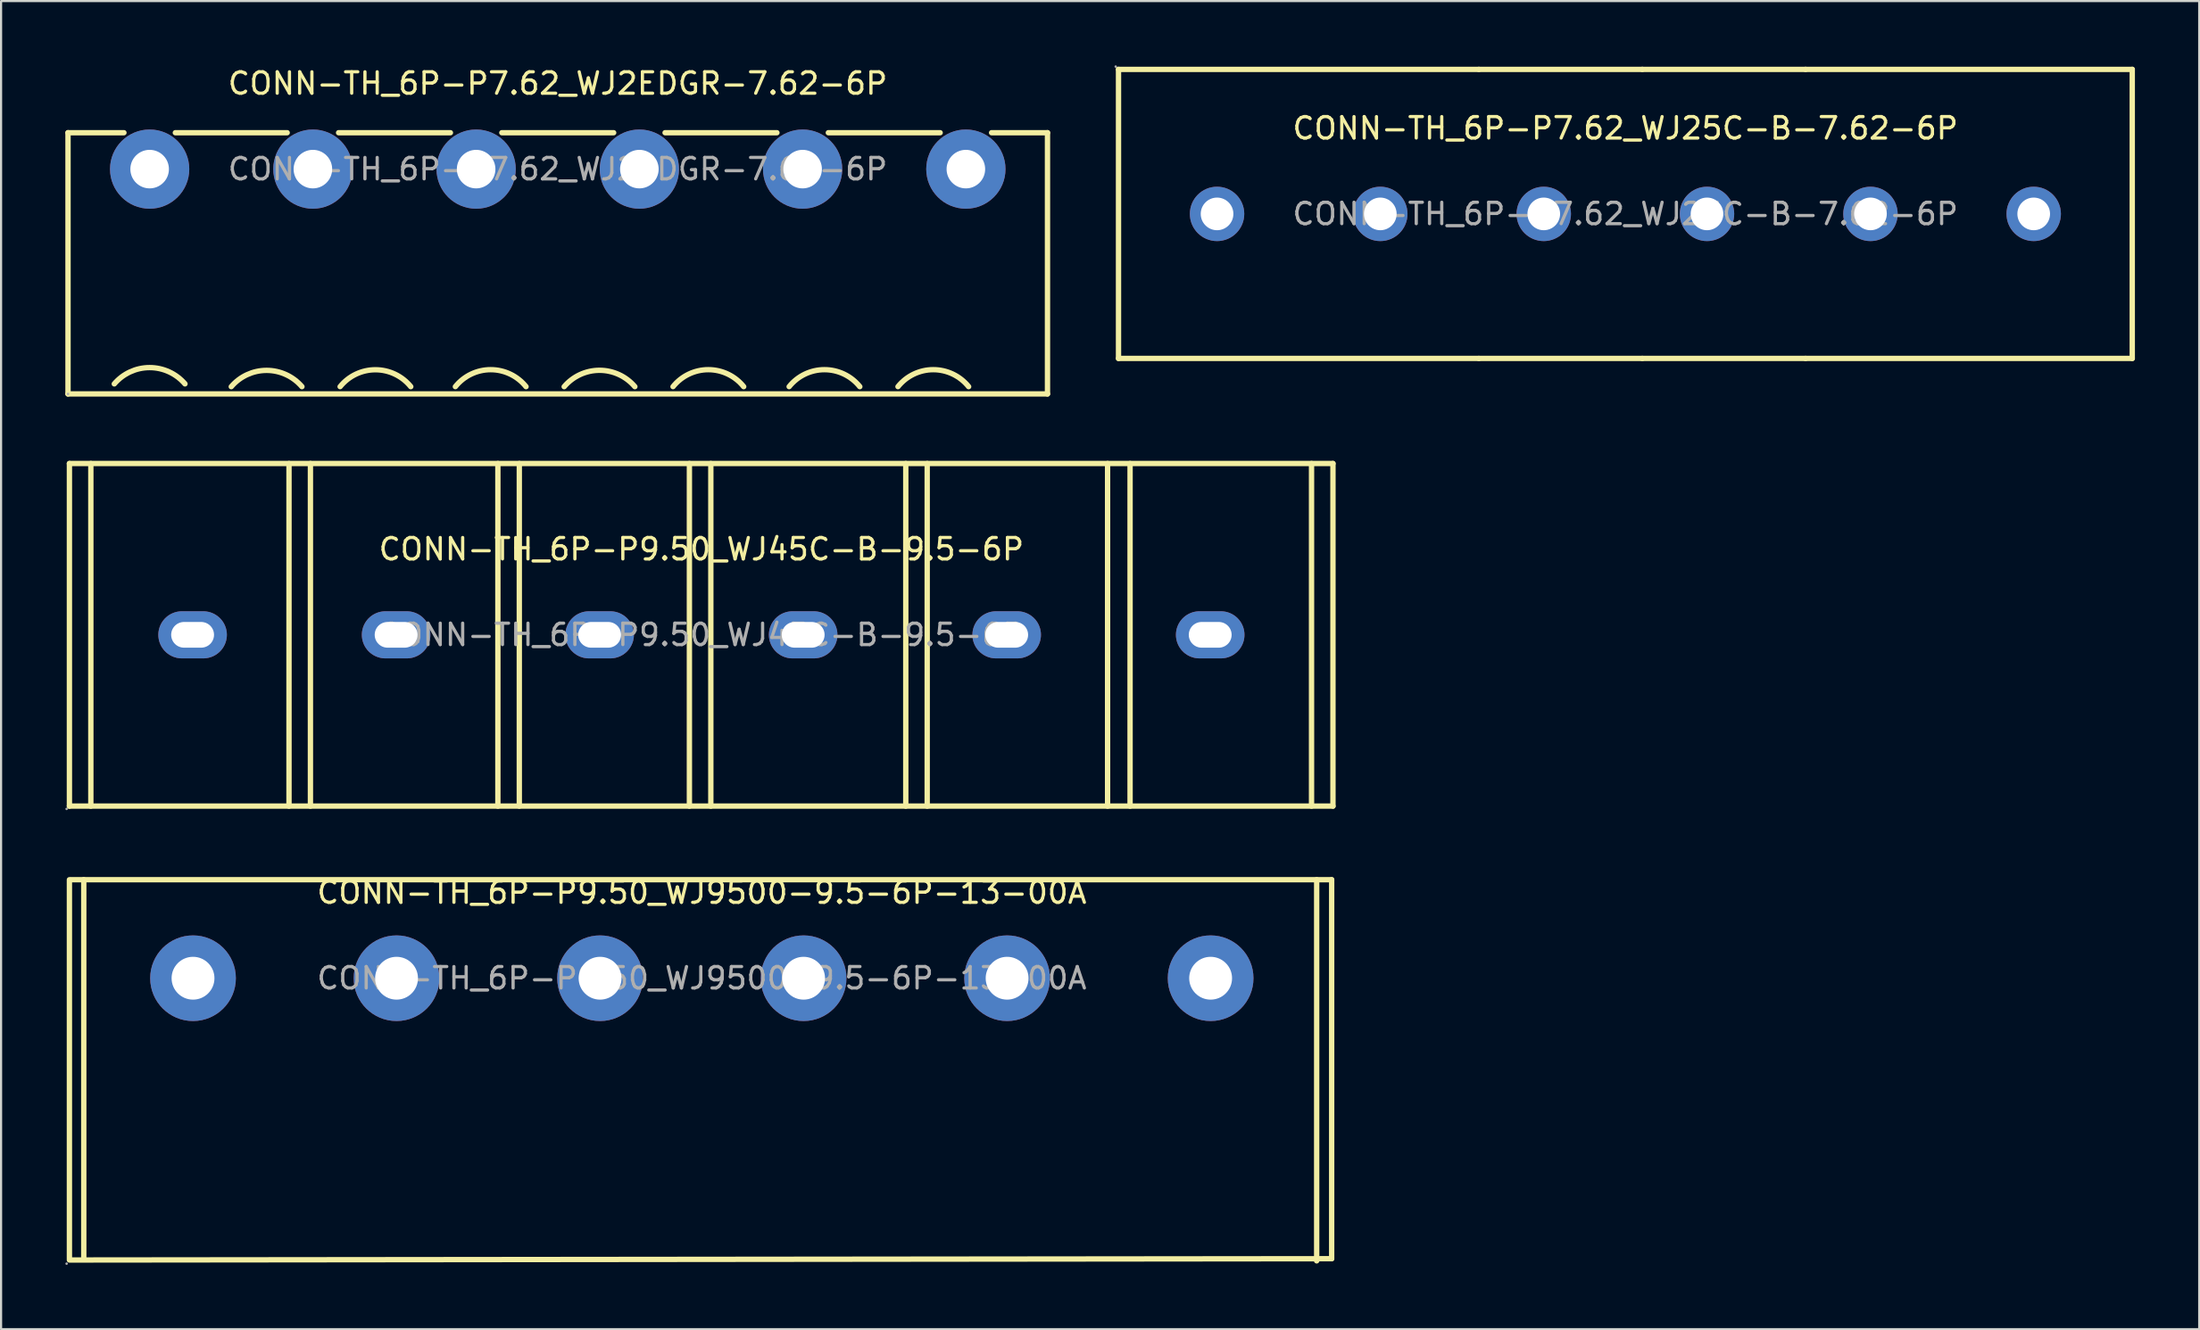
<source format=kicad_pcb>
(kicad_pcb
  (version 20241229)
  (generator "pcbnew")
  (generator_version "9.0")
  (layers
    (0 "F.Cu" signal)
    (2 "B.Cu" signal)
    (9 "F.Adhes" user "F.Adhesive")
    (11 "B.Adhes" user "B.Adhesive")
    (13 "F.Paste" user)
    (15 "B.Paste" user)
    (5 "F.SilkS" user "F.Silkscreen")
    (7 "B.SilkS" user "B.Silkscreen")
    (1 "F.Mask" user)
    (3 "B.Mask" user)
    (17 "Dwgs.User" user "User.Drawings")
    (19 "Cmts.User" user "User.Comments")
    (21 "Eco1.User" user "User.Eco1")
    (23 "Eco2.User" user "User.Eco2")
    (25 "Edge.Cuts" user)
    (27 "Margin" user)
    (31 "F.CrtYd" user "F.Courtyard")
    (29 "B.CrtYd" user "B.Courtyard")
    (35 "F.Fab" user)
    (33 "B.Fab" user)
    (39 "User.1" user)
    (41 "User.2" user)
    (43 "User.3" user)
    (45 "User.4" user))
  (footprint "CONN-TH_6P-P9.50_WJ45C-B-9.5-6P"
    (layer "F.Cu")
    (at 29.69 26.598)
    (property "Reference" "CONN-TH_6P-P9.50_WJ45C-B-9.5-6P" (at 0 -4 0) (layer "F.SilkS") (effects (font (size 1 1) (thickness 0.15))))
    (attr through_hole)
    (fp_line (start -29.5 -8) (end -29.5 8) (stroke (width 0.25) (type solid)) (layer "F.SilkS"))
    (fp_line (start -29.5 8) (end 29.48 8) (stroke (width 0.25) (type solid)) (layer "F.SilkS"))
    (fp_line (start -28.5 -8) (end -28.5 8) (stroke (width 0.25) (type solid)) (layer "F.SilkS"))
    (fp_line (start -19.25 -8) (end -19.25 8) (stroke (width 0.25) (type solid)) (layer "F.SilkS"))
    (fp_line (start -18.25 -8) (end -18.25 8) (stroke (width 0.25) (type solid)) (layer "F.SilkS"))
    (fp_line (start -9.5 -8) (end -9.5 8) (stroke (width 0.25) (type solid)) (layer "F.SilkS"))
    (fp_line (start -8.5 -8) (end -8.5 8) (stroke (width 0.25) (type solid)) (layer "F.SilkS"))
    (fp_line (start -0.56 -8) (end -0.56 8) (stroke (width 0.25) (type solid)) (layer "F.SilkS"))
    (fp_line (start 0.44 -8) (end 0.44 8) (stroke (width 0.25) (type solid)) (layer "F.SilkS"))
    (fp_line (start 9.54 -8) (end 9.54 8) (stroke (width 0.25) (type solid)) (layer "F.SilkS"))
    (fp_line (start 10.54 -8) (end 10.54 8) (stroke (width 0.25) (type solid)) (layer "F.SilkS"))
    (fp_line (start 18.96 -8) (end 18.96 8) (stroke (width 0.25) (type solid)) (layer "F.SilkS"))
    (fp_line (start 20.01 -8) (end 20.01 8) (stroke (width 0.25) (type solid)) (layer "F.SilkS"))
    (fp_line (start 28.48 -8) (end 28.48 8) (stroke (width 0.25) (type solid)) (layer "F.SilkS"))
    (fp_line (start 29.48 -8) (end -29.5 -8) (stroke (width 0.25) (type solid)) (layer "F.SilkS"))
    (fp_line (start 29.48 -8) (end 29.48 8) (stroke (width 0.25) (type solid)) (layer "F.SilkS"))
    (fp_circle (center -29.63 8.13) (end -29.6 8.13) (stroke (width 0.06) (type solid)) (fill no) (layer "F.Fab"))
    (fp_text user "${REFERENCE}" (at 0 0 0) (layer "F.Fab") (effects (font (size 1 1) (thickness 0.15))))
    (pad "1" thru_hole oval (at -23.75 0) (size 3.2 2.2) (drill oval 2 1.2) (layers "*.Cu" "*.Paste" "*.Mask"))
    (pad "2" thru_hole oval (at -14.25 0) (size 3.2 2.2) (drill oval 2 1.2) (layers "*.Cu" "*.Paste" "*.Mask"))
    (pad "3" thru_hole oval (at -4.75 0) (size 3.2 2.2) (drill oval 2 1.2) (layers "*.Cu" "*.Paste" "*.Mask"))
    (pad "4" thru_hole oval (at 4.75 0) (size 3.2 2.2) (drill oval 2 1.2) (layers "*.Cu" "*.Paste" "*.Mask"))
    (pad "5" thru_hole oval (at 14.25 0) (size 3.2 2.2) (drill oval 2 1.2) (layers "*.Cu" "*.Paste" "*.Mask"))
    (pad "6" thru_hole oval (at 23.75 0) (size 3.2 2.2) (drill oval 2 1.2) (layers "*.Cu" "*.Paste" "*.Mask")))
  (footprint "CONN-TH_6P-P7.62_WJ2EDGR-7.62-6P"
    (layer "F.Cu")
    (at 22.985 4.848)
    (property "Reference" "CONN-TH_6P-P7.62_WJ2EDGR-7.62-6P" (at 0 -4 0) (layer "F.SilkS") (effects (font (size 1 1) (thickness 0.15))))
    (attr through_hole)
    (fp_line (start -22.86 10.5) (end -22.86 -1.7) (stroke (width 0.25) (type solid)) (layer "F.SilkS"))
    (fp_line (start -20.25 -1.7) (end -22.86 -1.7) (stroke (width 0.25) (type solid)) (layer "F.SilkS"))
    (fp_line (start -12.63 -1.7) (end -17.85 -1.7) (stroke (width 0.25) (type solid)) (layer "F.SilkS"))
    (fp_line (start -5.01 -1.7) (end -10.23 -1.7) (stroke (width 0.25) (type solid)) (layer "F.SilkS"))
    (fp_line (start 2.61 -1.7) (end -2.61 -1.7) (stroke (width 0.25) (type solid)) (layer "F.SilkS"))
    (fp_line (start 10.23 -1.7) (end 5.01 -1.7) (stroke (width 0.25) (type solid)) (layer "F.SilkS"))
    (fp_line (start 17.85 -1.7) (end 12.63 -1.7) (stroke (width 0.25) (type solid)) (layer "F.SilkS"))
    (fp_line (start 22.86 -1.7) (end 20.25 -1.7) (stroke (width 0.25) (type solid)) (layer "F.SilkS"))
    (fp_line (start 22.86 10.5) (end -22.86 10.5) (stroke (width 0.25) (type solid)) (layer "F.SilkS"))
    (fp_line (start 22.86 10.5) (end 22.86 -1.7) (stroke (width 0.25) (type solid)) (layer "F.SilkS"))
    (fp_arc (start -20.700511 10.030599) (mid -19.050394 9.269609) (end -17.4 10.03) (stroke (width 0.25) (type solid)) (layer "F.SilkS"))
    (fp_arc (start -15.240511 10.160599) (mid -13.590394 9.399609) (end -11.94 10.16) (stroke (width 0.25) (type solid)) (layer "F.SilkS"))
    (fp_arc (start -10.158881 10.158614) (mid -8.509109 9.370709) (end -6.86 10.16) (stroke (width 0.25) (type solid)) (layer "F.SilkS"))
    (fp_arc (start -4.779069 10.158837) (mid -3.129255 9.366969) (end -1.48 10.16) (stroke (width 0.25) (type solid)) (layer "F.SilkS"))
    (fp_arc (start 0.299311 10.160812) (mid 1.949468 9.396091) (end 3.6 10.16) (stroke (width 0.25) (type solid)) (layer "F.SilkS"))
    (fp_arc (start 5.380931 10.158837) (mid 7.030745 9.366969) (end 8.68 10.16) (stroke (width 0.25) (type solid)) (layer "F.SilkS"))
    (fp_arc (start 10.800931 10.158837) (mid 12.450745 9.366969) (end 14.1 10.16) (stroke (width 0.25) (type solid)) (layer "F.SilkS"))
    (fp_arc (start 15.880931 10.158837) (mid 17.530745 9.366969) (end 19.18 10.16) (stroke (width 0.25) (type solid)) (layer "F.SilkS"))
    (fp_circle (center -22.86 10.5) (end -22.83 10.5) (stroke (width 0.06) (type solid)) (fill no) (layer "F.Fab"))
    (fp_circle (center -19.05 0) (end -18.67 0) (stroke (width 0.75) (type solid)) (fill no) (layer "F.Fab"))
    (fp_circle (center -11.43 0) (end -11.05 0) (stroke (width 0.75) (type solid)) (fill no) (layer "F.Fab"))
    (fp_circle (center -3.81 0) (end -3.43 0) (stroke (width 0.75) (type solid)) (fill no) (layer "F.Fab"))
    (fp_circle (center 3.81 0) (end 4.19 0) (stroke (width 0.75) (type solid)) (fill no) (layer "F.Fab"))
    (fp_circle (center 11.43 0) (end 11.81 0) (stroke (width 0.75) (type solid)) (fill no) (layer "F.Fab"))
    (fp_circle (center 19.05 0) (end 19.43 0) (stroke (width 0.75) (type solid)) (fill no) (layer "F.Fab"))
    (fp_text user "${REFERENCE}" (at 0 0 0) (layer "F.Fab") (effects (font (size 1 1) (thickness 0.15))))
    (pad "1" thru_hole circle (at -19.05 0) (size 3.7 3.7) (drill 1.8) (layers "*.Cu" "*.Paste" "*.Mask"))
    (pad "2" thru_hole circle (at -11.43 0) (size 3.7 3.7) (drill 1.8) (layers "*.Cu" "*.Paste" "*.Mask"))
    (pad "3" thru_hole circle (at -3.81 0) (size 3.7 3.7) (drill 1.8) (layers "*.Cu" "*.Paste" "*.Mask"))
    (pad "4" thru_hole circle (at 3.81 0) (size 3.7 3.7) (drill 1.8) (layers "*.Cu" "*.Paste" "*.Mask"))
    (pad "5" thru_hole circle (at 11.43 0) (size 3.7 3.7) (drill 1.8) (layers "*.Cu" "*.Paste" "*.Mask"))
    (pad "6" thru_hole circle (at 19.05 0) (size 3.7 3.7) (drill 1.8) (layers "*.Cu" "*.Paste" "*.Mask")))
  (footprint "CONN-TH_6P-P9.50_WJ9500-9.5-6P-13-00A"
    (layer "F.Cu")
    (at 29.71 42.636)
    (property "Reference" "CONN-TH_6P-P9.50_WJ9500-9.5-6P-13-00A" (at 0 -4 0) (layer "F.SilkS") (effects (font (size 1 1) (thickness 0.15))))
    (attr through_hole)
    (fp_line (start -29.52 13.1) (end -29.52 -4.6) (stroke (width 0.25) (type solid)) (layer "F.SilkS"))
    (fp_line (start -29.52 13.16) (end 29.4 13.1) (stroke (width 0.25) (type solid)) (layer "F.SilkS"))
    (fp_line (start -28.85 13.1) (end -28.85 -4.6) (stroke (width 0.25) (type solid)) (layer "F.SilkS"))
    (fp_line (start 28.7 13.2) (end 28.7 -4.6) (stroke (width 0.25) (type solid)) (layer "F.SilkS"))
    (fp_line (start 29.4 -4.6) (end -29.44 -4.6) (stroke (width 0.25) (type solid)) (layer "F.SilkS"))
    (fp_line (start 29.4 -4.6) (end 29.4 13.1) (stroke (width 0.25) (type solid)) (layer "F.SilkS"))
    (fp_circle (center -29.65 13.33) (end -29.62 13.33) (stroke (width 0.06) (type solid)) (fill no) (layer "F.Fab"))
    (fp_circle (center -23.75 0) (end -23.3 0) (stroke (width 0.9) (type solid)) (fill no) (layer "F.Fab"))
    (fp_circle (center -14.25 0) (end -13.8 0) (stroke (width 0.9) (type solid)) (fill no) (layer "F.Fab"))
    (fp_circle (center -4.75 0) (end -4.3 0) (stroke (width 0.9) (type solid)) (fill no) (layer "F.Fab"))
    (fp_circle (center 4.75 0) (end 5.2 0) (stroke (width 0.9) (type solid)) (fill no) (layer "F.Fab"))
    (fp_circle (center 14.25 0) (end 14.7 0) (stroke (width 0.9) (type solid)) (fill no) (layer "F.Fab"))
    (fp_circle (center 23.75 0) (end 24.2 0) (stroke (width 0.9) (type solid)) (fill no) (layer "F.Fab"))
    (fp_text user "${REFERENCE}" (at 0 0 0) (layer "F.Fab") (effects (font (size 1 1) (thickness 0.15))))
    (pad "1" thru_hole circle (at -23.75 0) (size 4 4) (drill 2) (layers "*.Cu" "*.Paste" "*.Mask"))
    (pad "2" thru_hole circle (at -14.25 0) (size 4 4) (drill 2) (layers "*.Cu" "*.Paste" "*.Mask"))
    (pad "3" thru_hole circle (at -4.75 0) (size 4 4) (drill 2) (layers "*.Cu" "*.Paste" "*.Mask"))
    (pad "4" thru_hole circle (at 4.75 0) (size 4 4) (drill 2) (layers "*.Cu" "*.Paste" "*.Mask"))
    (pad "5" thru_hole circle (at 14.25 0) (size 4 4) (drill 2) (layers "*.Cu" "*.Paste" "*.Mask"))
    (pad "6" thru_hole circle (at 23.75 0) (size 4 4) (drill 2) (layers "*.Cu" "*.Paste" "*.Mask")))
  (footprint "CONN-TH_6P-P7.62_WJ25C-B-7.62-6P"
    (layer "F.Cu")
    (at 72.82 6.94)
    (property "Reference" "CONN-TH_6P-P7.62_WJ25C-B-7.62-6P" (at 0 -4 0) (layer "F.SilkS") (effects (font (size 1 1) (thickness 0.15))))
    (attr through_hole)
    (fp_line (start -23.66 -6.75) (end -6.84 -6.75) (stroke (width 0.25) (type solid)) (layer "F.SilkS"))
    (fp_line (start -23.66 6.75) (end -23.66 -6.75) (stroke (width 0.25) (type solid)) (layer "F.SilkS"))
    (fp_line (start -6.84 -6.75) (end 0.79 -6.75) (stroke (width 0.25) (type solid)) (layer "F.SilkS"))
    (fp_line (start -6.84 6.75) (end -23.66 6.75) (stroke (width 0.25) (type solid)) (layer "F.SilkS"))
    (fp_line (start 0.79 -6.75) (end 8.41 -6.75) (stroke (width 0.25) (type solid)) (layer "F.SilkS"))
    (fp_line (start 0.79 6.75) (end -6.84 6.75) (stroke (width 0.25) (type solid)) (layer "F.SilkS"))
    (fp_line (start 8.41 -6.75) (end 23.66 -6.75) (stroke (width 0.25) (type solid)) (layer "F.SilkS"))
    (fp_line (start 8.41 6.75) (end 0.79 6.75) (stroke (width 0.25) (type solid)) (layer "F.SilkS"))
    (fp_line (start 23.66 -6.75) (end 23.66 6.75) (stroke (width 0.25) (type solid)) (layer "F.SilkS"))
    (fp_line (start 23.66 6.75) (end 8.41 6.75) (stroke (width 0.25) (type solid)) (layer "F.SilkS"))
    (fp_circle (center -23.79 -6.88) (end -23.76 -6.88) (stroke (width 0.06) (type solid)) (fill no) (layer "F.Fab"))
    (fp_circle (center -19.06 0) (end -18.73 0) (stroke (width 0.66) (type solid)) (fill no) (layer "F.Fab"))
    (fp_circle (center -11.44 0) (end -11.11 0) (stroke (width 0.66) (type solid)) (fill no) (layer "F.Fab"))
    (fp_circle (center -3.81 0) (end -3.48 0) (stroke (width 0.66) (type solid)) (fill no) (layer "F.Fab"))
    (fp_circle (center 3.81 0) (end 4.14 0) (stroke (width 0.66) (type solid)) (fill no) (layer "F.Fab"))
    (fp_circle (center 11.44 0) (end 11.77 0) (stroke (width 0.66) (type solid)) (fill no) (layer "F.Fab"))
    (fp_circle (center 19.06 0) (end 19.39 0) (stroke (width 0.66) (type solid)) (fill no) (layer "F.Fab"))
    (fp_text user "${REFERENCE}" (at 0 0 0) (layer "F.Fab") (effects (font (size 1 1) (thickness 0.15))))
    (pad "1" thru_hole circle (at -19.06 0) (size 2.54 2.54) (drill 1.524) (layers "*.Cu" "*.Paste" "*.Mask"))
    (pad "2" thru_hole circle (at -11.44 0) (size 2.54 2.54) (drill 1.524) (layers "*.Cu" "*.Paste" "*.Mask"))
    (pad "3" thru_hole circle (at -3.81 0) (size 2.54 2.54) (drill 1.524) (layers "*.Cu" "*.Paste" "*.Mask"))
    (pad "4" thru_hole circle (at 3.81 0) (size 2.54 2.54) (drill 1.524) (layers "*.Cu" "*.Paste" "*.Mask"))
    (pad "5" thru_hole circle (at 11.44 0) (size 2.54 2.54) (drill 1.524) (layers "*.Cu" "*.Paste" "*.Mask"))
    (pad "6" thru_hole circle (at 19.06 0) (size 2.54 2.54) (drill 1.524) (layers "*.Cu" "*.Paste" "*.Mask")))
  (gr_rect
    (start -3 -3)
    (end 99.605 59.026)
    (stroke (width 0.1) (type default))
    (fill no)
    (layer "Edge.Cuts")))
</source>
